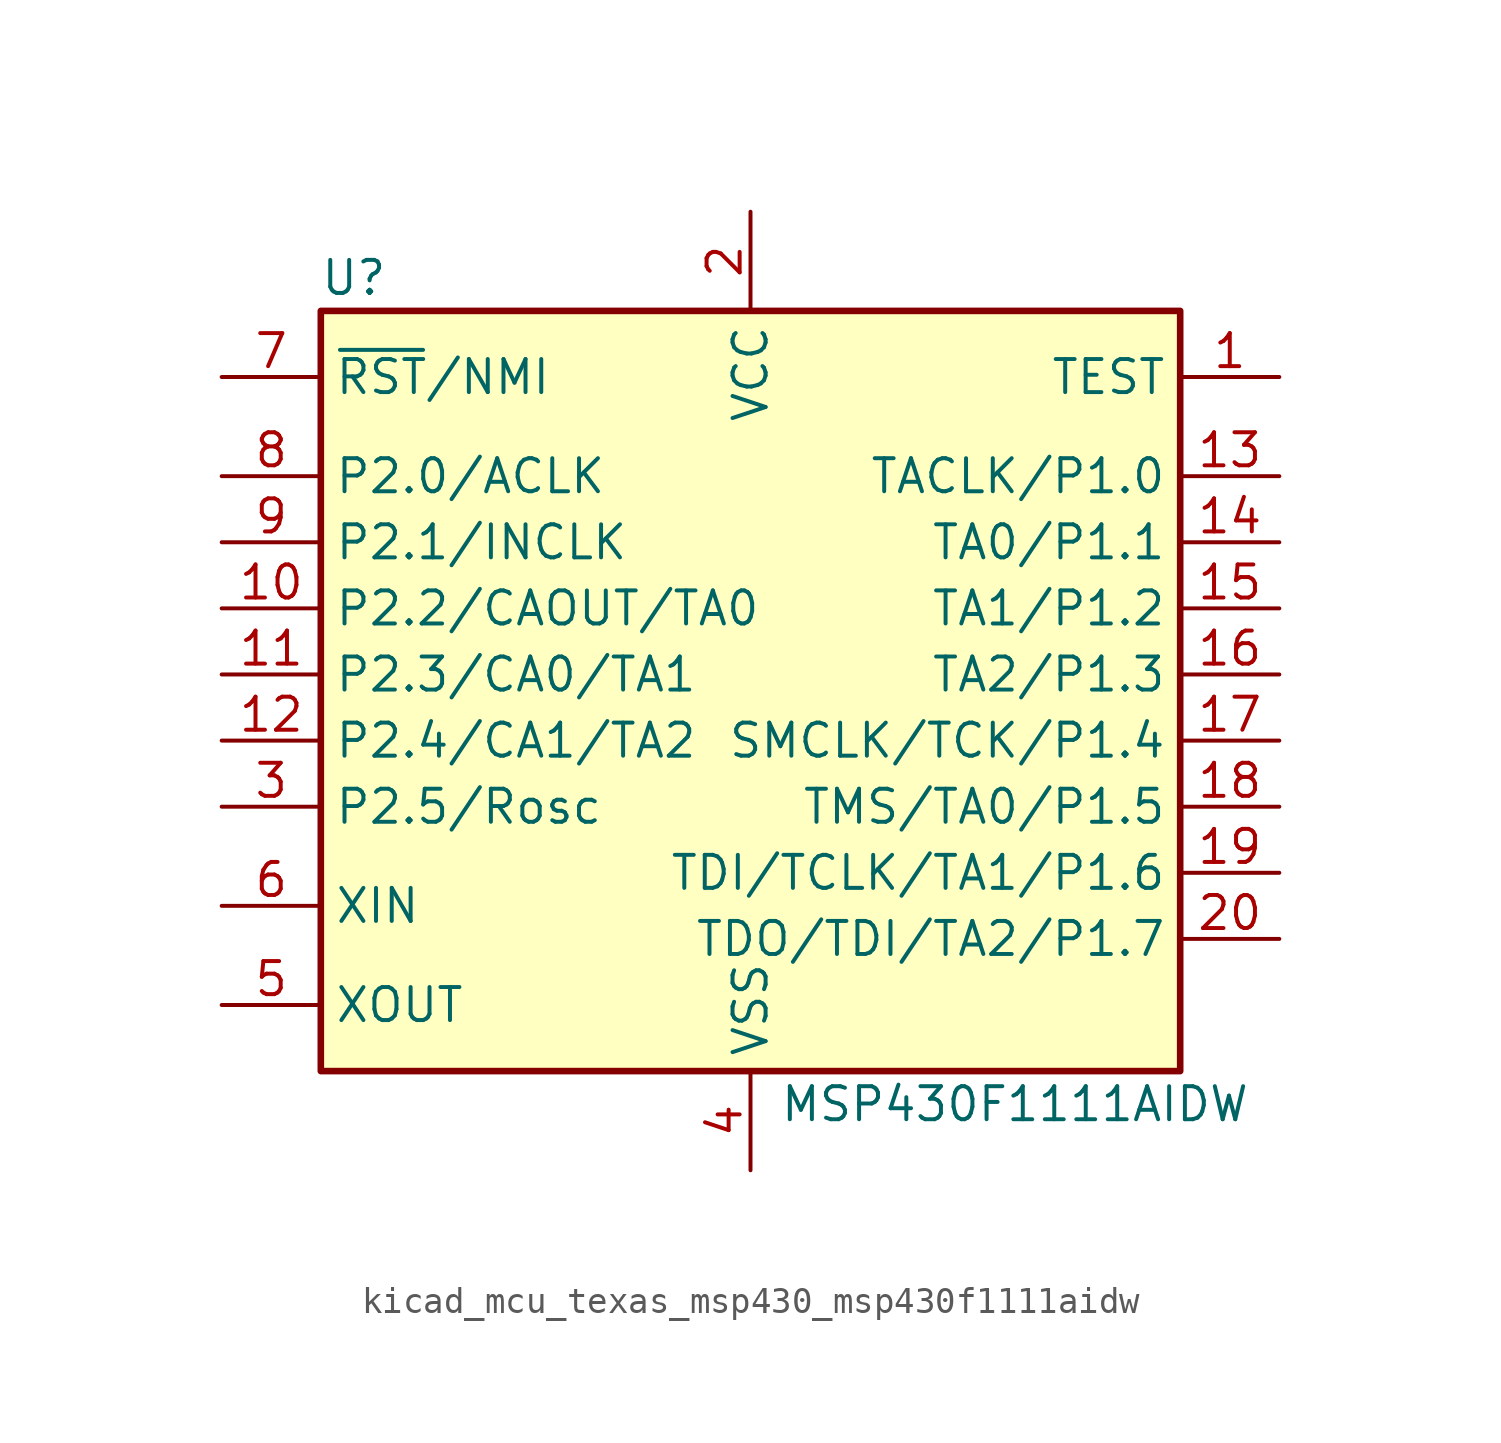
<source format=kicad_sym>
(kicad_symbol_lib
  (version 20220914)
  (generator kicad_symbol_editor)
  (symbol "kicad_mcu_texas_msp430_msp430f1111aidw"
    (property "Reference" "U"
      (at -15.24 15.24 0)
      (effects (font (size 1.27 1.27))))
    (property "Value" "MSP430F1111AIDW"
      (at 10.16 -16.51 0)
      (effects (font (size 1.27 1.27))))
    (symbol "kicad_mcu_texas_msp430_msp430f1111aidw_0_1"
      (rectangle (start -16.51 13.97) (end 16.51 -15.24) (stroke (width 0.254) (type default)) (fill (type background))))
    (symbol "kicad_mcu_texas_msp430_msp430f1111aidw_1_1"
      (pin input line (at 20.32 11.43 180) (length 3.81) (name "TEST" (effects (font (size 1.27 1.27)))) (number "1" (effects (font (size 1.27 1.27)))))
      (pin bidirectional line (at -20.32 2.54 0) (length 3.81) (name "P2.2/CAOUT/TA0" (effects (font (size 1.27 1.27)))) (number "10" (effects (font (size 1.27 1.27)))))
      (pin bidirectional line (at -20.32 0 0) (length 3.81) (name "P2.3/CA0/TA1" (effects (font (size 1.27 1.27)))) (number "11" (effects (font (size 1.27 1.27)))))
      (pin bidirectional line (at -20.32 -2.54 0) (length 3.81) (name "P2.4/CA1/TA2" (effects (font (size 1.27 1.27)))) (number "12" (effects (font (size 1.27 1.27)))))
      (pin bidirectional line (at 20.32 7.62 180) (length 3.81) (name "TACLK/P1.0" (effects (font (size 1.27 1.27)))) (number "13" (effects (font (size 1.27 1.27)))))
      (pin bidirectional line (at 20.32 5.08 180) (length 3.81) (name "TA0/P1.1" (effects (font (size 1.27 1.27)))) (number "14" (effects (font (size 1.27 1.27)))))
      (pin bidirectional line (at 20.32 2.54 180) (length 3.81) (name "TA1/P1.2" (effects (font (size 1.27 1.27)))) (number "15" (effects (font (size 1.27 1.27)))))
      (pin bidirectional line (at 20.32 0 180) (length 3.81) (name "TA2/P1.3" (effects (font (size 1.27 1.27)))) (number "16" (effects (font (size 1.27 1.27)))))
      (pin bidirectional line (at 20.32 -2.54 180) (length 3.81) (name "SMCLK/TCK/P1.4" (effects (font (size 1.27 1.27)))) (number "17" (effects (font (size 1.27 1.27)))))
      (pin bidirectional line (at 20.32 -5.08 180) (length 3.81) (name "TMS/TA0/P1.5" (effects (font (size 1.27 1.27)))) (number "18" (effects (font (size 1.27 1.27)))))
      (pin bidirectional line (at 20.32 -7.62 180) (length 3.81) (name "TDI/TCLK/TA1/P1.6" (effects (font (size 1.27 1.27)))) (number "19" (effects (font (size 1.27 1.27)))))
      (pin power_in line (at 0 17.78 270) (length 3.81) (name "VCC" (effects (font (size 1.27 1.27)))) (number "2" (effects (font (size 1.27 1.27)))))
      (pin bidirectional line (at 20.32 -10.16 180) (length 3.81) (name "TDO/TDI/TA2/P1.7" (effects (font (size 1.27 1.27)))) (number "20" (effects (font (size 1.27 1.27)))))
      (pin bidirectional line (at -20.32 -5.08 0) (length 3.81) (name "P2.5/Rosc" (effects (font (size 1.27 1.27)))) (number "3" (effects (font (size 1.27 1.27)))))
      (pin power_in line (at 0 -19.05 90) (length 3.81) (name "VSS" (effects (font (size 1.27 1.27)))) (number "4" (effects (font (size 1.27 1.27)))))
      (pin output line (at -20.32 -12.7 0) (length 3.81) (name "XOUT" (effects (font (size 1.27 1.27)))) (number "5" (effects (font (size 1.27 1.27)))))
      (pin input line (at -20.32 -8.89 0) (length 3.81) (name "XIN" (effects (font (size 1.27 1.27)))) (number "6" (effects (font (size 1.27 1.27)))))
      (pin input line (at -20.32 11.43 0) (length 3.81) (name "~{RST}/NMI" (effects (font (size 1.27 1.27)))) (number "7" (effects (font (size 1.27 1.27)))))
      (pin bidirectional line (at -20.32 7.62 0) (length 3.81) (name "P2.0/ACLK" (effects (font (size 1.27 1.27)))) (number "8" (effects (font (size 1.27 1.27)))))
      (pin bidirectional line (at -20.32 5.08 0) (length 3.81) (name "P2.1/INCLK" (effects (font (size 1.27 1.27)))) (number "9" (effects (font (size 1.27 1.27))))))))
</source>
